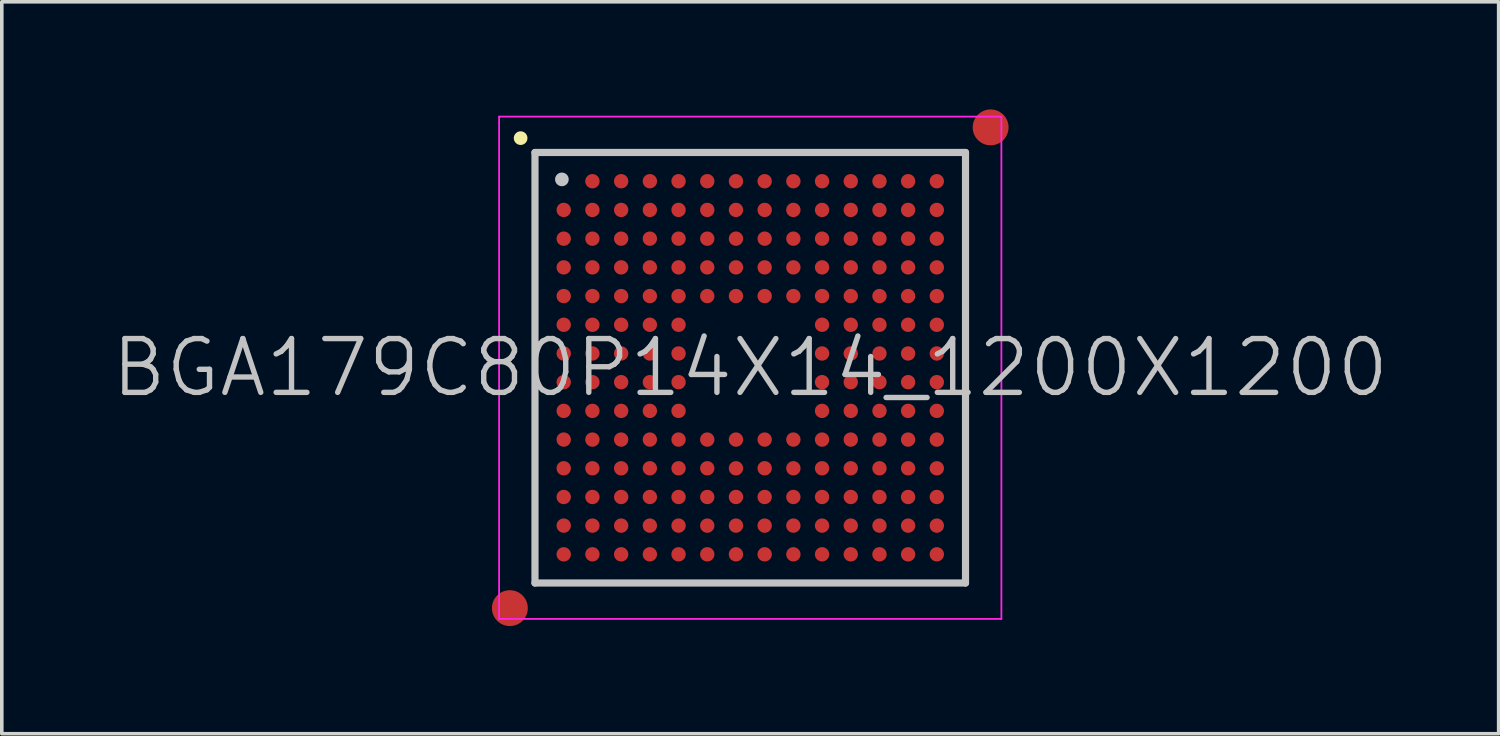
<source format=kicad_pcb>
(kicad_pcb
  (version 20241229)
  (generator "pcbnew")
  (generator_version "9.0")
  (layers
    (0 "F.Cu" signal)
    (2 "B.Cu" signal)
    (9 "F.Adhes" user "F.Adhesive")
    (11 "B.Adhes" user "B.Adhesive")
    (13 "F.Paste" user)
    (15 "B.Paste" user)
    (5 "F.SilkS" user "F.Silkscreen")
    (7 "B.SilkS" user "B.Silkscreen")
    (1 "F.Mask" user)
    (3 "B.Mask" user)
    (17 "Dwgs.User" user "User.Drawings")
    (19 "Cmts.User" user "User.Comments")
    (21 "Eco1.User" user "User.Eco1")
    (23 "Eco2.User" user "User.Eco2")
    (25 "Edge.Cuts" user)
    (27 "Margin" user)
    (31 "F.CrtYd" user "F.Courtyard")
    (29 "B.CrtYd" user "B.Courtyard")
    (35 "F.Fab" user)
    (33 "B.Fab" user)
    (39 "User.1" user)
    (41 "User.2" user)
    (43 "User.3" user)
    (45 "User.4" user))
  (footprint "BGA179C80P14X14_1200X1200"
    (layer "F.Cu")
    (at 17.861 7.2)
    (property "Reference" "BGA179C80P14X14_1200X1200" (at 0 0 0) (layer "Dwgs.User") (effects (font (size 1.5 1.5) (thickness 0.15))))
    (attr smd)
    (fp_line (start -6.4 -6.4) (end -6.4 -6.4) (stroke (width 0.381) (type solid)) (layer "F.SilkS"))
    (fp_line (start -6 -6) (end -6 6) (stroke (width 0.2) (type solid)) (layer "Dwgs.User"))
    (fp_line (start -6 -6) (end 6 -6) (stroke (width 0.2) (type solid)) (layer "Dwgs.User"))
    (fp_line (start -6 6) (end 6 6) (stroke (width 0.2) (type solid)) (layer "Dwgs.User"))
    (fp_line (start -5.25 -5.25) (end -5.25 -5.25) (stroke (width 0.381) (type solid)) (layer "Dwgs.User"))
    (fp_line (start 6 -6) (end 6 6) (stroke (width 0.2) (type solid)) (layer "Dwgs.User"))
    (fp_line (start -7 -7) (end -7 7) (stroke (width 0.05) (type solid)) (layer "F.CrtYd"))
    (fp_line (start -7 -7) (end 7 -7) (stroke (width 0.05) (type solid)) (layer "F.CrtYd"))
    (fp_line (start -7 7) (end 7 7) (stroke (width 0.05) (type solid)) (layer "F.CrtYd"))
    (fp_line (start 7 -7) (end 7 7) (stroke (width 0.05) (type solid)) (layer "F.CrtYd"))
    (pad "" smd circle (at -6.7 6.7) (size 1 1) (layers "F.Cu" "F.Mask"))
    (pad "" smd circle (at 6.7 -6.7) (size 1 1) (layers "F.Cu" "F.Mask"))
    (pad "A2" smd circle (at -4.399 -5.199) (size 0.4 0.4) (layers "F.Cu" "F.Mask" "F.Paste"))
    (pad "A3" smd circle (at -3.598 -5.199) (size 0.4 0.4) (layers "F.Cu" "F.Mask" "F.Paste"))
    (pad "A4" smd circle (at -2.798 -5.199) (size 0.4 0.4) (layers "F.Cu" "F.Mask" "F.Paste"))
    (pad "A5" smd circle (at -1.998 -5.199) (size 0.4 0.4) (layers "F.Cu" "F.Mask" "F.Paste"))
    (pad "A6" smd circle (at -1.198 -5.199) (size 0.4 0.4) (layers "F.Cu" "F.Mask" "F.Paste"))
    (pad "A7" smd circle (at -0.398 -5.199) (size 0.4 0.4) (layers "F.Cu" "F.Mask" "F.Paste"))
    (pad "A8" smd circle (at 0.402 -5.199) (size 0.4 0.4) (layers "F.Cu" "F.Mask" "F.Paste"))
    (pad "A9" smd circle (at 1.202 -5.199) (size 0.4 0.4) (layers "F.Cu" "F.Mask" "F.Paste"))
    (pad "A10" smd circle (at 2.002 -5.199) (size 0.4 0.4) (layers "F.Cu" "F.Mask" "F.Paste"))
    (pad "A11" smd circle (at 2.802 -5.199) (size 0.4 0.4) (layers "F.Cu" "F.Mask" "F.Paste"))
    (pad "A12" smd circle (at 3.602 -5.199) (size 0.4 0.4) (layers "F.Cu" "F.Mask" "F.Paste"))
    (pad "A13" smd circle (at 4.4 -5.199) (size 0.4 0.4) (layers "F.Cu" "F.Mask" "F.Paste"))
    (pad "A14" smd circle (at 5.2 -5.199) (size 0.4 0.4) (layers "F.Cu" "F.Mask" "F.Paste"))
    (pad "B1" smd circle (at -5.199 -4.399) (size 0.4 0.4) (layers "F.Cu" "F.Mask" "F.Paste"))
    (pad "B2" smd circle (at -4.399 -4.399) (size 0.4 0.4) (layers "F.Cu" "F.Mask" "F.Paste"))
    (pad "B3" smd circle (at -3.598 -4.399) (size 0.4 0.4) (layers "F.Cu" "F.Mask" "F.Paste"))
    (pad "B4" smd circle (at -2.798 -4.399) (size 0.4 0.4) (layers "F.Cu" "F.Mask" "F.Paste"))
    (pad "B5" smd circle (at -1.998 -4.399) (size 0.4 0.4) (layers "F.Cu" "F.Mask" "F.Paste"))
    (pad "B6" smd circle (at -1.198 -4.399) (size 0.4 0.4) (layers "F.Cu" "F.Mask" "F.Paste"))
    (pad "B7" smd circle (at -0.398 -4.399) (size 0.4 0.4) (layers "F.Cu" "F.Mask" "F.Paste"))
    (pad "B8" smd circle (at 0.402 -4.399) (size 0.4 0.4) (layers "F.Cu" "F.Mask" "F.Paste"))
    (pad "B9" smd circle (at 1.202 -4.399) (size 0.4 0.4) (layers "F.Cu" "F.Mask" "F.Paste"))
    (pad "B10" smd circle (at 2.002 -4.399) (size 0.4 0.4) (layers "F.Cu" "F.Mask" "F.Paste"))
    (pad "B11" smd circle (at 2.802 -4.399) (size 0.4 0.4) (layers "F.Cu" "F.Mask" "F.Paste"))
    (pad "B12" smd circle (at 3.602 -4.399) (size 0.4 0.4) (layers "F.Cu" "F.Mask" "F.Paste"))
    (pad "B13" smd circle (at 4.4 -4.399) (size 0.4 0.4) (layers "F.Cu" "F.Mask" "F.Paste"))
    (pad "B14" smd circle (at 5.2 -4.399) (size 0.4 0.4) (layers "F.Cu" "F.Mask" "F.Paste"))
    (pad "C1" smd circle (at -5.199 -3.598) (size 0.4 0.4) (layers "F.Cu" "F.Mask" "F.Paste"))
    (pad "C2" smd circle (at -4.399 -3.598) (size 0.4 0.4) (layers "F.Cu" "F.Mask" "F.Paste"))
    (pad "C3" smd circle (at -3.598 -3.598) (size 0.4 0.4) (layers "F.Cu" "F.Mask" "F.Paste"))
    (pad "C4" smd circle (at -2.798 -3.598) (size 0.4 0.4) (layers "F.Cu" "F.Mask" "F.Paste"))
    (pad "C5" smd circle (at -1.998 -3.598) (size 0.4 0.4) (layers "F.Cu" "F.Mask" "F.Paste"))
    (pad "C6" smd circle (at -1.198 -3.598) (size 0.4 0.4) (layers "F.Cu" "F.Mask" "F.Paste"))
    (pad "C7" smd circle (at -0.398 -3.598) (size 0.4 0.4) (layers "F.Cu" "F.Mask" "F.Paste"))
    (pad "C8" smd circle (at 0.402 -3.598) (size 0.4 0.4) (layers "F.Cu" "F.Mask" "F.Paste"))
    (pad "C9" smd circle (at 1.202 -3.598) (size 0.4 0.4) (layers "F.Cu" "F.Mask" "F.Paste"))
    (pad "C10" smd circle (at 2.002 -3.598) (size 0.4 0.4) (layers "F.Cu" "F.Mask" "F.Paste"))
    (pad "C11" smd circle (at 2.802 -3.598) (size 0.4 0.4) (layers "F.Cu" "F.Mask" "F.Paste"))
    (pad "C12" smd circle (at 3.602 -3.598) (size 0.4 0.4) (layers "F.Cu" "F.Mask" "F.Paste"))
    (pad "C13" smd circle (at 4.4 -3.598) (size 0.4 0.4) (layers "F.Cu" "F.Mask" "F.Paste"))
    (pad "C14" smd circle (at 5.2 -3.598) (size 0.4 0.4) (layers "F.Cu" "F.Mask" "F.Paste"))
    (pad "D1" smd circle (at -5.199 -2.798) (size 0.4 0.4) (layers "F.Cu" "F.Mask" "F.Paste"))
    (pad "D2" smd circle (at -4.399 -2.798) (size 0.4 0.4) (layers "F.Cu" "F.Mask" "F.Paste"))
    (pad "D3" smd circle (at -3.598 -2.798) (size 0.4 0.4) (layers "F.Cu" "F.Mask" "F.Paste"))
    (pad "D4" smd circle (at -2.798 -2.798) (size 0.4 0.4) (layers "F.Cu" "F.Mask" "F.Paste"))
    (pad "D5" smd circle (at -1.998 -2.798) (size 0.4 0.4) (layers "F.Cu" "F.Mask" "F.Paste"))
    (pad "D6" smd circle (at -1.198 -2.798) (size 0.4 0.4) (layers "F.Cu" "F.Mask" "F.Paste"))
    (pad "D7" smd circle (at -0.398 -2.798) (size 0.4 0.4) (layers "F.Cu" "F.Mask" "F.Paste"))
    (pad "D8" smd circle (at 0.402 -2.798) (size 0.4 0.4) (layers "F.Cu" "F.Mask" "F.Paste"))
    (pad "D9" smd circle (at 1.202 -2.798) (size 0.4 0.4) (layers "F.Cu" "F.Mask" "F.Paste"))
    (pad "D10" smd circle (at 2.002 -2.798) (size 0.4 0.4) (layers "F.Cu" "F.Mask" "F.Paste"))
    (pad "D11" smd circle (at 2.802 -2.798) (size 0.4 0.4) (layers "F.Cu" "F.Mask" "F.Paste"))
    (pad "D12" smd circle (at 3.602 -2.798) (size 0.4 0.4) (layers "F.Cu" "F.Mask" "F.Paste"))
    (pad "D13" smd circle (at 4.4 -2.798) (size 0.4 0.4) (layers "F.Cu" "F.Mask" "F.Paste"))
    (pad "D14" smd circle (at 5.2 -2.798) (size 0.4 0.4) (layers "F.Cu" "F.Mask" "F.Paste"))
    (pad "E1" smd circle (at -5.199 -1.998) (size 0.4 0.4) (layers "F.Cu" "F.Mask" "F.Paste"))
    (pad "E2" smd circle (at -4.399 -1.998) (size 0.4 0.4) (layers "F.Cu" "F.Mask" "F.Paste"))
    (pad "E3" smd circle (at -3.598 -1.998) (size 0.4 0.4) (layers "F.Cu" "F.Mask" "F.Paste"))
    (pad "E4" smd circle (at -2.798 -1.998) (size 0.4 0.4) (layers "F.Cu" "F.Mask" "F.Paste"))
    (pad "E5" smd circle (at -1.998 -1.998) (size 0.4 0.4) (layers "F.Cu" "F.Mask" "F.Paste"))
    (pad "E6" smd circle (at -1.198 -1.998) (size 0.4 0.4) (layers "F.Cu" "F.Mask" "F.Paste"))
    (pad "E7" smd circle (at -0.398 -1.998) (size 0.4 0.4) (layers "F.Cu" "F.Mask" "F.Paste"))
    (pad "E8" smd circle (at 0.402 -1.998) (size 0.4 0.4) (layers "F.Cu" "F.Mask" "F.Paste"))
    (pad "E9" smd circle (at 1.202 -1.998) (size 0.4 0.4) (layers "F.Cu" "F.Mask" "F.Paste"))
    (pad "E10" smd circle (at 2.002 -1.998) (size 0.4 0.4) (layers "F.Cu" "F.Mask" "F.Paste"))
    (pad "E11" smd circle (at 2.802 -1.998) (size 0.4 0.4) (layers "F.Cu" "F.Mask" "F.Paste"))
    (pad "E12" smd circle (at 3.602 -1.998) (size 0.4 0.4) (layers "F.Cu" "F.Mask" "F.Paste"))
    (pad "E13" smd circle (at 4.4 -1.998) (size 0.4 0.4) (layers "F.Cu" "F.Mask" "F.Paste"))
    (pad "E14" smd circle (at 5.2 -1.998) (size 0.4 0.4) (layers "F.Cu" "F.Mask" "F.Paste"))
    (pad "F1" smd circle (at -5.199 -1.198) (size 0.4 0.4) (layers "F.Cu" "F.Mask" "F.Paste"))
    (pad "F2" smd circle (at -4.399 -1.198) (size 0.4 0.4) (layers "F.Cu" "F.Mask" "F.Paste"))
    (pad "F3" smd circle (at -3.598 -1.198) (size 0.4 0.4) (layers "F.Cu" "F.Mask" "F.Paste"))
    (pad "F4" smd circle (at -2.798 -1.198) (size 0.4 0.4) (layers "F.Cu" "F.Mask" "F.Paste"))
    (pad "F5" smd circle (at -1.998 -1.198) (size 0.4 0.4) (layers "F.Cu" "F.Mask" "F.Paste"))
    (pad "F10" smd circle (at 2.002 -1.198) (size 0.4 0.4) (layers "F.Cu" "F.Mask" "F.Paste"))
    (pad "F11" smd circle (at 2.802 -1.198) (size 0.4 0.4) (layers "F.Cu" "F.Mask" "F.Paste"))
    (pad "F12" smd circle (at 3.602 -1.198) (size 0.4 0.4) (layers "F.Cu" "F.Mask" "F.Paste"))
    (pad "F13" smd circle (at 4.4 -1.198) (size 0.4 0.4) (layers "F.Cu" "F.Mask" "F.Paste"))
    (pad "F14" smd circle (at 5.2 -1.198) (size 0.4 0.4) (layers "F.Cu" "F.Mask" "F.Paste"))
    (pad "G1" smd circle (at -5.199 -0.398) (size 0.4 0.4) (layers "F.Cu" "F.Mask" "F.Paste"))
    (pad "G2" smd circle (at -4.399 -0.398) (size 0.4 0.4) (layers "F.Cu" "F.Mask" "F.Paste"))
    (pad "G3" smd circle (at -3.598 -0.398) (size 0.4 0.4) (layers "F.Cu" "F.Mask" "F.Paste"))
    (pad "G4" smd circle (at -2.798 -0.398) (size 0.4 0.4) (layers "F.Cu" "F.Mask" "F.Paste"))
    (pad "G5" smd circle (at -1.998 -0.398) (size 0.4 0.4) (layers "F.Cu" "F.Mask" "F.Paste"))
    (pad "G10" smd circle (at 2.002 -0.398) (size 0.4 0.4) (layers "F.Cu" "F.Mask" "F.Paste"))
    (pad "G11" smd circle (at 2.802 -0.398) (size 0.4 0.4) (layers "F.Cu" "F.Mask" "F.Paste"))
    (pad "G12" smd circle (at 3.602 -0.398) (size 0.4 0.4) (layers "F.Cu" "F.Mask" "F.Paste"))
    (pad "G13" smd circle (at 4.4 -0.398) (size 0.4 0.4) (layers "F.Cu" "F.Mask" "F.Paste"))
    (pad "G14" smd circle (at 5.2 -0.398) (size 0.4 0.4) (layers "F.Cu" "F.Mask" "F.Paste"))
    (pad "H1" smd circle (at -5.199 0.402) (size 0.4 0.4) (layers "F.Cu" "F.Mask" "F.Paste"))
    (pad "H2" smd circle (at -4.399 0.402) (size 0.4 0.4) (layers "F.Cu" "F.Mask" "F.Paste"))
    (pad "H3" smd circle (at -3.598 0.402) (size 0.4 0.4) (layers "F.Cu" "F.Mask" "F.Paste"))
    (pad "H4" smd circle (at -2.798 0.402) (size 0.4 0.4) (layers "F.Cu" "F.Mask" "F.Paste"))
    (pad "H5" smd circle (at -1.998 0.402) (size 0.4 0.4) (layers "F.Cu" "F.Mask" "F.Paste"))
    (pad "H10" smd circle (at 2.002 0.402) (size 0.4 0.4) (layers "F.Cu" "F.Mask" "F.Paste"))
    (pad "H11" smd circle (at 2.802 0.402) (size 0.4 0.4) (layers "F.Cu" "F.Mask" "F.Paste"))
    (pad "H12" smd circle (at 3.602 0.402) (size 0.4 0.4) (layers "F.Cu" "F.Mask" "F.Paste"))
    (pad "H13" smd circle (at 4.4 0.402) (size 0.4 0.4) (layers "F.Cu" "F.Mask" "F.Paste"))
    (pad "H14" smd circle (at 5.2 0.402) (size 0.4 0.4) (layers "F.Cu" "F.Mask" "F.Paste"))
    (pad "J1" smd circle (at -5.199 1.202) (size 0.4 0.4) (layers "F.Cu" "F.Mask" "F.Paste"))
    (pad "J2" smd circle (at -4.399 1.202) (size 0.4 0.4) (layers "F.Cu" "F.Mask" "F.Paste"))
    (pad "J3" smd circle (at -3.598 1.202) (size 0.4 0.4) (layers "F.Cu" "F.Mask" "F.Paste"))
    (pad "J4" smd circle (at -2.798 1.202) (size 0.4 0.4) (layers "F.Cu" "F.Mask" "F.Paste"))
    (pad "J5" smd circle (at -1.998 1.202) (size 0.4 0.4) (layers "F.Cu" "F.Mask" "F.Paste"))
    (pad "J10" smd circle (at 2.002 1.202) (size 0.4 0.4) (layers "F.Cu" "F.Mask" "F.Paste"))
    (pad "J11" smd circle (at 2.802 1.202) (size 0.4 0.4) (layers "F.Cu" "F.Mask" "F.Paste"))
    (pad "J12" smd circle (at 3.602 1.202) (size 0.4 0.4) (layers "F.Cu" "F.Mask" "F.Paste"))
    (pad "J13" smd circle (at 4.4 1.202) (size 0.4 0.4) (layers "F.Cu" "F.Mask" "F.Paste"))
    (pad "J14" smd circle (at 5.2 1.202) (size 0.4 0.4) (layers "F.Cu" "F.Mask" "F.Paste"))
    (pad "K1" smd circle (at -5.199 2.002) (size 0.4 0.4) (layers "F.Cu" "F.Mask" "F.Paste"))
    (pad "K2" smd circle (at -4.399 2.002) (size 0.4 0.4) (layers "F.Cu" "F.Mask" "F.Paste"))
    (pad "K3" smd circle (at -3.598 2.002) (size 0.4 0.4) (layers "F.Cu" "F.Mask" "F.Paste"))
    (pad "K4" smd circle (at -2.798 2.002) (size 0.4 0.4) (layers "F.Cu" "F.Mask" "F.Paste"))
    (pad "K5" smd circle (at -1.998 2.002) (size 0.4 0.4) (layers "F.Cu" "F.Mask" "F.Paste"))
    (pad "K6" smd circle (at -1.198 2.002) (size 0.4 0.4) (layers "F.Cu" "F.Mask" "F.Paste"))
    (pad "K7" smd circle (at -0.398 2.002) (size 0.4 0.4) (layers "F.Cu" "F.Mask" "F.Paste"))
    (pad "K8" smd circle (at 0.402 2.002) (size 0.4 0.4) (layers "F.Cu" "F.Mask" "F.Paste"))
    (pad "K9" smd circle (at 1.202 2.002) (size 0.4 0.4) (layers "F.Cu" "F.Mask" "F.Paste"))
    (pad "K10" smd circle (at 2.002 2.002) (size 0.4 0.4) (layers "F.Cu" "F.Mask" "F.Paste"))
    (pad "K11" smd circle (at 2.802 2.002) (size 0.4 0.4) (layers "F.Cu" "F.Mask" "F.Paste"))
    (pad "K12" smd circle (at 3.602 2.002) (size 0.4 0.4) (layers "F.Cu" "F.Mask" "F.Paste"))
    (pad "K13" smd circle (at 4.4 2.002) (size 0.4 0.4) (layers "F.Cu" "F.Mask" "F.Paste"))
    (pad "K14" smd circle (at 5.2 2.002) (size 0.4 0.4) (layers "F.Cu" "F.Mask" "F.Paste"))
    (pad "L1" smd circle (at -5.199 2.802) (size 0.4 0.4) (layers "F.Cu" "F.Mask" "F.Paste"))
    (pad "L2" smd circle (at -4.399 2.802) (size 0.4 0.4) (layers "F.Cu" "F.Mask" "F.Paste"))
    (pad "L3" smd circle (at -3.598 2.802) (size 0.4 0.4) (layers "F.Cu" "F.Mask" "F.Paste"))
    (pad "L4" smd circle (at -2.798 2.802) (size 0.4 0.4) (layers "F.Cu" "F.Mask" "F.Paste"))
    (pad "L5" smd circle (at -1.998 2.802) (size 0.4 0.4) (layers "F.Cu" "F.Mask" "F.Paste"))
    (pad "L6" smd circle (at -1.198 2.802) (size 0.4 0.4) (layers "F.Cu" "F.Mask" "F.Paste"))
    (pad "L7" smd circle (at -0.398 2.802) (size 0.4 0.4) (layers "F.Cu" "F.Mask" "F.Paste"))
    (pad "L8" smd circle (at 0.402 2.802) (size 0.4 0.4) (layers "F.Cu" "F.Mask" "F.Paste"))
    (pad "L9" smd circle (at 1.202 2.802) (size 0.4 0.4) (layers "F.Cu" "F.Mask" "F.Paste"))
    (pad "L10" smd circle (at 2.002 2.802) (size 0.4 0.4) (layers "F.Cu" "F.Mask" "F.Paste"))
    (pad "L11" smd circle (at 2.802 2.802) (size 0.4 0.4) (layers "F.Cu" "F.Mask" "F.Paste"))
    (pad "L12" smd circle (at 3.602 2.802) (size 0.4 0.4) (layers "F.Cu" "F.Mask" "F.Paste"))
    (pad "L13" smd circle (at 4.4 2.802) (size 0.4 0.4) (layers "F.Cu" "F.Mask" "F.Paste"))
    (pad "L14" smd circle (at 5.2 2.802) (size 0.4 0.4) (layers "F.Cu" "F.Mask" "F.Paste"))
    (pad "M1" smd circle (at -5.199 3.602) (size 0.4 0.4) (layers "F.Cu" "F.Mask" "F.Paste"))
    (pad "M2" smd circle (at -4.399 3.602) (size 0.4 0.4) (layers "F.Cu" "F.Mask" "F.Paste"))
    (pad "M3" smd circle (at -3.598 3.602) (size 0.4 0.4) (layers "F.Cu" "F.Mask" "F.Paste"))
    (pad "M4" smd circle (at -2.798 3.602) (size 0.4 0.4) (layers "F.Cu" "F.Mask" "F.Paste"))
    (pad "M5" smd circle (at -1.998 3.602) (size 0.4 0.4) (layers "F.Cu" "F.Mask" "F.Paste"))
    (pad "M6" smd circle (at -1.198 3.602) (size 0.4 0.4) (layers "F.Cu" "F.Mask" "F.Paste"))
    (pad "M7" smd circle (at -0.398 3.602) (size 0.4 0.4) (layers "F.Cu" "F.Mask" "F.Paste"))
    (pad "M8" smd circle (at 0.402 3.602) (size 0.4 0.4) (layers "F.Cu" "F.Mask" "F.Paste"))
    (pad "M9" smd circle (at 1.202 3.602) (size 0.4 0.4) (layers "F.Cu" "F.Mask" "F.Paste"))
    (pad "M10" smd circle (at 2.002 3.602) (size 0.4 0.4) (layers "F.Cu" "F.Mask" "F.Paste"))
    (pad "M11" smd circle (at 2.802 3.602) (size 0.4 0.4) (layers "F.Cu" "F.Mask" "F.Paste"))
    (pad "M12" smd circle (at 3.602 3.602) (size 0.4 0.4) (layers "F.Cu" "F.Mask" "F.Paste"))
    (pad "M13" smd circle (at 4.4 3.602) (size 0.4 0.4) (layers "F.Cu" "F.Mask" "F.Paste"))
    (pad "M14" smd circle (at 5.2 3.602) (size 0.4 0.4) (layers "F.Cu" "F.Mask" "F.Paste"))
    (pad "N1" smd circle (at -5.199 4.4) (size 0.4 0.4) (layers "F.Cu" "F.Mask" "F.Paste"))
    (pad "N2" smd circle (at -4.399 4.4) (size 0.4 0.4) (layers "F.Cu" "F.Mask" "F.Paste"))
    (pad "N3" smd circle (at -3.598 4.4) (size 0.4 0.4) (layers "F.Cu" "F.Mask" "F.Paste"))
    (pad "N4" smd circle (at -2.798 4.4) (size 0.4 0.4) (layers "F.Cu" "F.Mask" "F.Paste"))
    (pad "N5" smd circle (at -1.998 4.4) (size 0.4 0.4) (layers "F.Cu" "F.Mask" "F.Paste"))
    (pad "N6" smd circle (at -1.198 4.4) (size 0.4 0.4) (layers "F.Cu" "F.Mask" "F.Paste"))
    (pad "N7" smd circle (at -0.398 4.4) (size 0.4 0.4) (layers "F.Cu" "F.Mask" "F.Paste"))
    (pad "N8" smd circle (at 0.402 4.4) (size 0.4 0.4) (layers "F.Cu" "F.Mask" "F.Paste"))
    (pad "N9" smd circle (at 1.202 4.4) (size 0.4 0.4) (layers "F.Cu" "F.Mask" "F.Paste"))
    (pad "N10" smd circle (at 2.002 4.4) (size 0.4 0.4) (layers "F.Cu" "F.Mask" "F.Paste"))
    (pad "N11" smd circle (at 2.802 4.4) (size 0.4 0.4) (layers "F.Cu" "F.Mask" "F.Paste"))
    (pad "N12" smd circle (at 3.602 4.4) (size 0.4 0.4) (layers "F.Cu" "F.Mask" "F.Paste"))
    (pad "N13" smd circle (at 4.4 4.4) (size 0.4 0.4) (layers "F.Cu" "F.Mask" "F.Paste"))
    (pad "N14" smd circle (at 5.2 4.4) (size 0.4 0.4) (layers "F.Cu" "F.Mask" "F.Paste"))
    (pad "P1" smd circle (at -5.199 5.2) (size 0.4 0.4) (layers "F.Cu" "F.Mask" "F.Paste"))
    (pad "P2" smd circle (at -4.399 5.2) (size 0.4 0.4) (layers "F.Cu" "F.Mask" "F.Paste"))
    (pad "P3" smd circle (at -3.598 5.2) (size 0.4 0.4) (layers "F.Cu" "F.Mask" "F.Paste"))
    (pad "P4" smd circle (at -2.798 5.2) (size 0.4 0.4) (layers "F.Cu" "F.Mask" "F.Paste"))
    (pad "P5" smd circle (at -1.998 5.2) (size 0.4 0.4) (layers "F.Cu" "F.Mask" "F.Paste"))
    (pad "P6" smd circle (at -1.198 5.2) (size 0.4 0.4) (layers "F.Cu" "F.Mask" "F.Paste"))
    (pad "P7" smd circle (at -0.398 5.2) (size 0.4 0.4) (layers "F.Cu" "F.Mask" "F.Paste"))
    (pad "P8" smd circle (at 0.402 5.2) (size 0.4 0.4) (layers "F.Cu" "F.Mask" "F.Paste"))
    (pad "P9" smd circle (at 1.202 5.2) (size 0.4 0.4) (layers "F.Cu" "F.Mask" "F.Paste"))
    (pad "P10" smd circle (at 2.002 5.2) (size 0.4 0.4) (layers "F.Cu" "F.Mask" "F.Paste"))
    (pad "P11" smd circle (at 2.802 5.2) (size 0.4 0.4) (layers "F.Cu" "F.Mask" "F.Paste"))
    (pad "P12" smd circle (at 3.602 5.2) (size 0.4 0.4) (layers "F.Cu" "F.Mask" "F.Paste"))
    (pad "P13" smd circle (at 4.4 5.2) (size 0.4 0.4) (layers "F.Cu" "F.Mask" "F.Paste"))
    (pad "P14" smd circle (at 5.2 5.2) (size 0.4 0.4) (layers "F.Cu" "F.Mask" "F.Paste")))
  (gr_rect
    (start -3 -3)
    (end 38.721 17.4)
    (stroke (width 0.1) (type default))
    (fill no)
    (layer "Edge.Cuts")))
</source>
